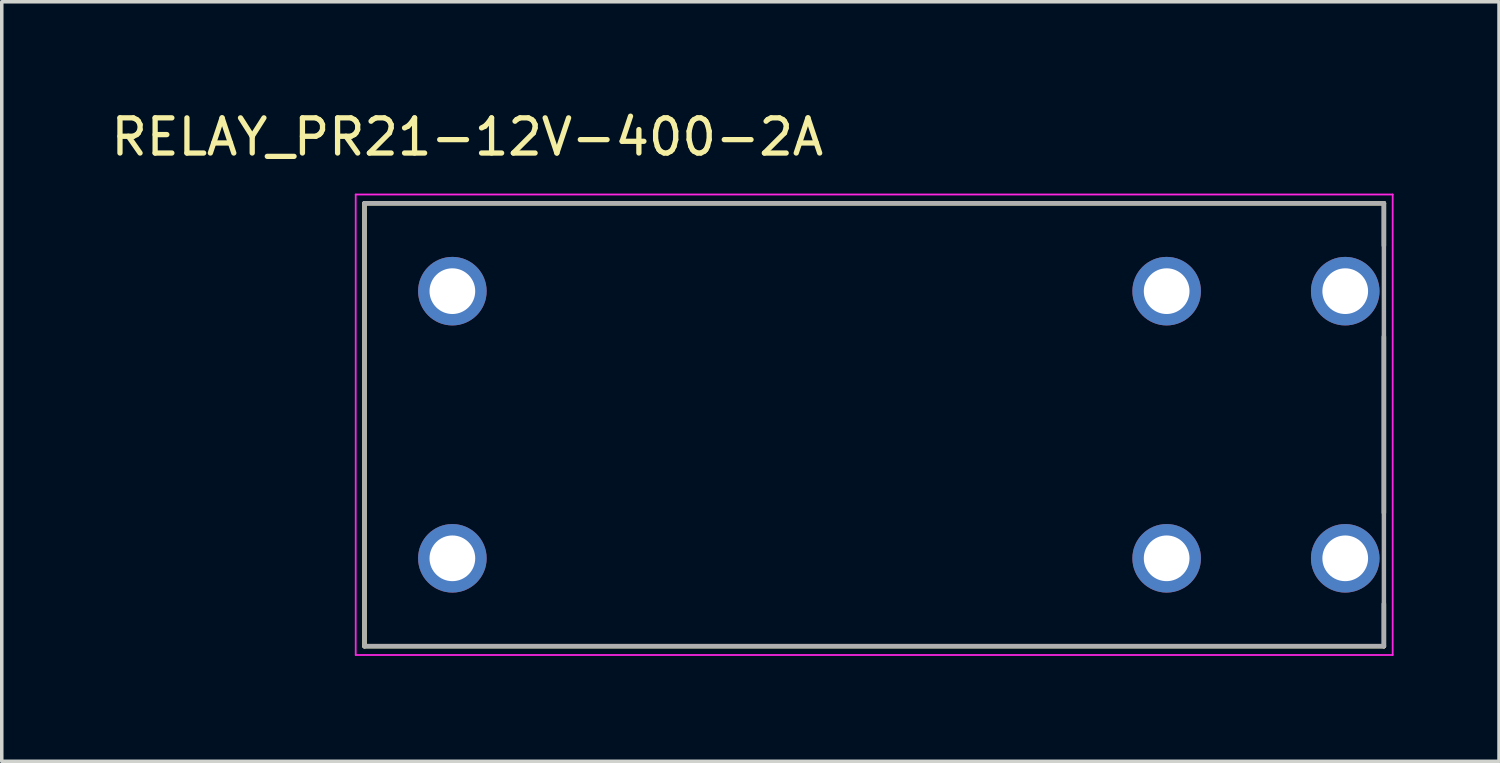
<source format=kicad_pcb>
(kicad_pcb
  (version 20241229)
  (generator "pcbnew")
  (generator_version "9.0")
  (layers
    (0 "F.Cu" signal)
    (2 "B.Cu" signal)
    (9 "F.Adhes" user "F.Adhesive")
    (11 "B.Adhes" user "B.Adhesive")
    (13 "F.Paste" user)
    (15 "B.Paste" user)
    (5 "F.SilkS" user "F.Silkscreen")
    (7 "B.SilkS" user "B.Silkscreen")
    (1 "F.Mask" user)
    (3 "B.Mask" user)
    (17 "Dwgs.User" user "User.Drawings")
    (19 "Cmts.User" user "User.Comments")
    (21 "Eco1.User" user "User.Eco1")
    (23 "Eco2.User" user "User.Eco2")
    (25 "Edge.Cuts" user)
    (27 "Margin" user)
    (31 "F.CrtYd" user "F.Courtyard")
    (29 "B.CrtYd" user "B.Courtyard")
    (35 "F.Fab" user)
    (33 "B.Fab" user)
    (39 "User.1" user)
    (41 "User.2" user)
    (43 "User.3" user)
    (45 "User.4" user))
  (footprint "RELAY_PR21-12V-400-2A"
    (layer "F.Cu")
    (at 21.819 9.033)
    (property "Reference" "RELAY_PR21-12V-400-2A" (at -11.575 -8.185 0) (layer "F.SilkS") (effects (font (size 1 1) (thickness 0.15))))
    (attr through_hole)
    (fp_line (start -14.5 -6.3) (end 14.5 -6.3) (stroke (width 0.127) (type solid)) (layer "F.SilkS"))
    (fp_line (start -14.5 6.3) (end -14.5 -6.3) (stroke (width 0.127) (type solid)) (layer "F.SilkS"))
    (fp_line (start 14.5 -6.3) (end 14.5 -5.095) (stroke (width 0.127) (type solid)) (layer "F.SilkS"))
    (fp_line (start 14.5 -2.505) (end 14.5 2.505) (stroke (width 0.127) (type solid)) (layer "F.SilkS"))
    (fp_line (start 14.5 6.3) (end -14.5 6.3) (stroke (width 0.127) (type solid)) (layer "F.SilkS"))
    (fp_line (start 14.5 6.3) (end 14.5 5.095) (stroke (width 0.127) (type solid)) (layer "F.SilkS"))
    (fp_line (start -14.75 -6.55) (end -14.75 6.55) (stroke (width 0.05) (type solid)) (layer "F.CrtYd"))
    (fp_line (start -14.75 6.55) (end 14.75 6.55) (stroke (width 0.05) (type solid)) (layer "F.CrtYd"))
    (fp_line (start 14.75 -6.55) (end -14.75 -6.55) (stroke (width 0.05) (type solid)) (layer "F.CrtYd"))
    (fp_line (start 14.75 6.55) (end 14.75 -6.55) (stroke (width 0.05) (type solid)) (layer "F.CrtYd"))
    (fp_line (start -14.5 -6.3) (end 14.5 -6.3) (stroke (width 0.127) (type solid)) (layer "F.Fab"))
    (fp_line (start -14.5 6.3) (end -14.5 -6.3) (stroke (width 0.127) (type solid)) (layer "F.Fab"))
    (fp_line (start 14.5 -6.3) (end 14.5 6.3) (stroke (width 0.127) (type solid)) (layer "F.Fab"))
    (fp_line (start 14.5 6.3) (end -14.5 6.3) (stroke (width 0.127) (type solid)) (layer "F.Fab"))
    (pad "A1" thru_hole circle (at -12 -3.8) (size 1.95 1.95) (drill 1.3) (layers "*.Cu" "*.Mask"))
    (pad "A2" thru_hole circle (at -12 3.8) (size 1.95 1.95) (drill 1.3) (layers "*.Cu" "*.Mask"))
    (pad "COM1" thru_hole circle (at 8.32 -3.8) (size 1.95 1.95) (drill 1.3) (layers "*.Cu" "*.Mask"))
    (pad "COM2" thru_hole circle (at 8.32 3.8) (size 1.95 1.95) (drill 1.3) (layers "*.Cu" "*.Mask"))
    (pad "NO1" thru_hole circle (at 13.4 -3.8) (size 1.95 1.95) (drill 1.3) (layers "*.Cu" "*.Mask"))
    (pad "NO2" thru_hole circle (at 13.4 3.8) (size 1.95 1.95) (drill 1.3) (layers "*.Cu" "*.Mask")))
  (gr_rect
    (start -3 -3)
    (end 39.594 18.608)
    (stroke (width 0.1) (type default))
    (fill no)
    (layer "Edge.Cuts")))
</source>
